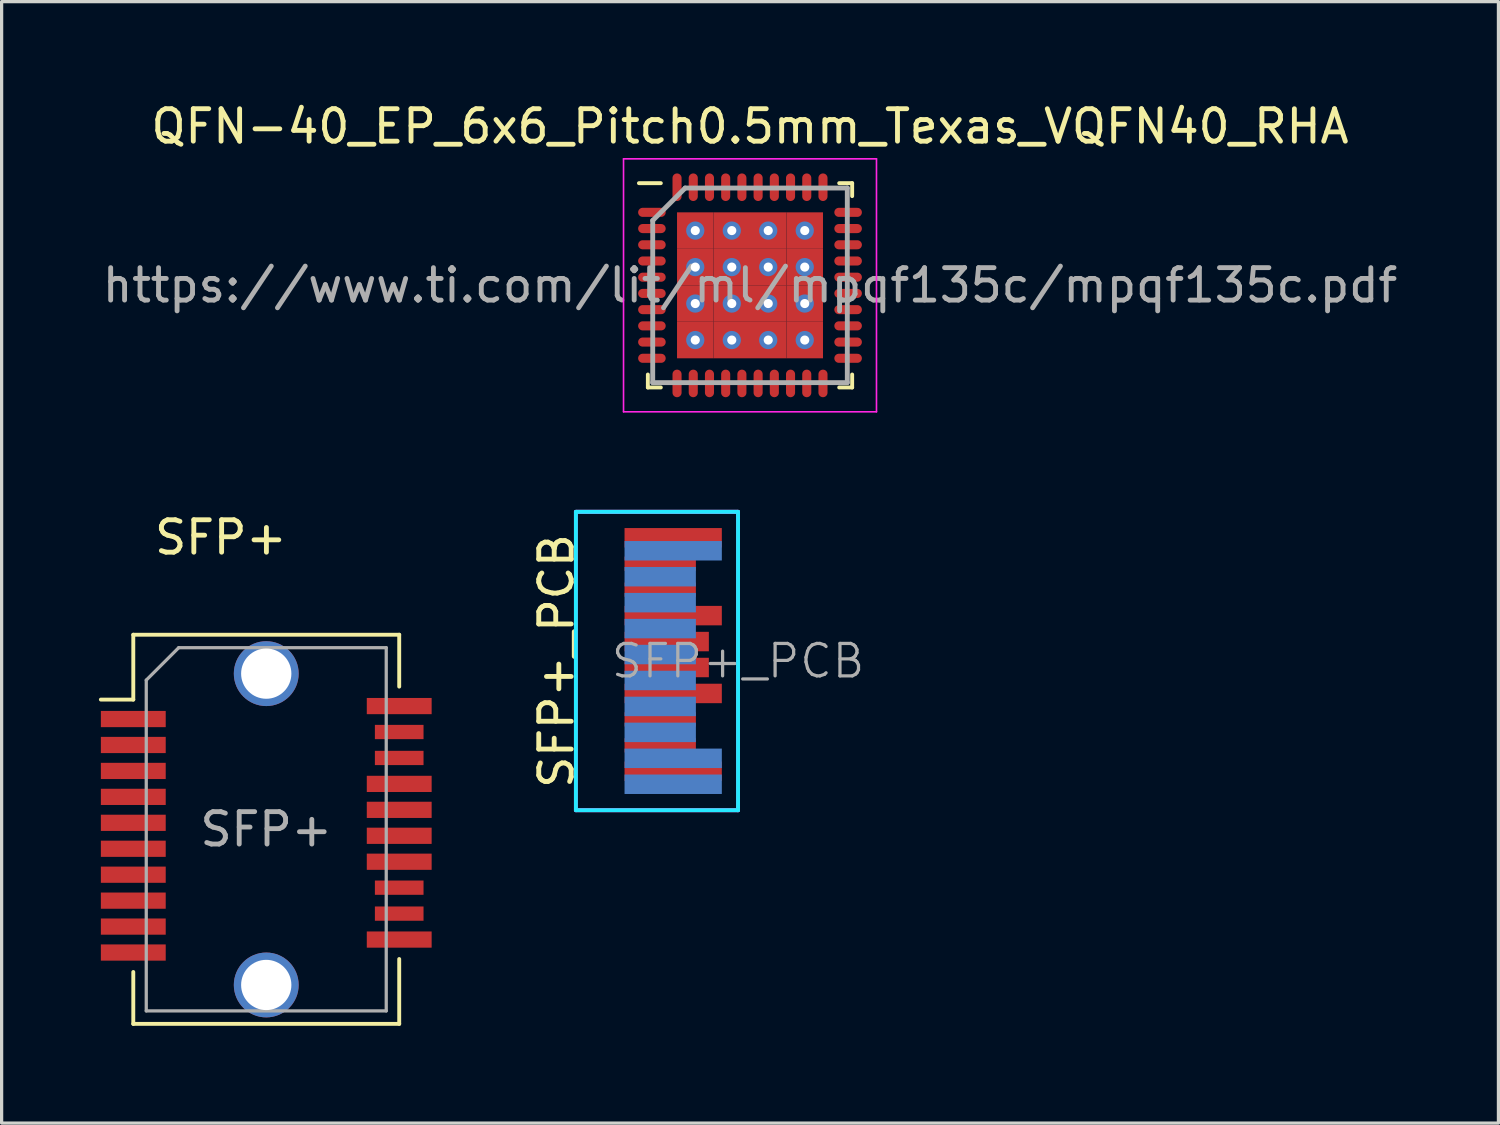
<source format=kicad_pcb>
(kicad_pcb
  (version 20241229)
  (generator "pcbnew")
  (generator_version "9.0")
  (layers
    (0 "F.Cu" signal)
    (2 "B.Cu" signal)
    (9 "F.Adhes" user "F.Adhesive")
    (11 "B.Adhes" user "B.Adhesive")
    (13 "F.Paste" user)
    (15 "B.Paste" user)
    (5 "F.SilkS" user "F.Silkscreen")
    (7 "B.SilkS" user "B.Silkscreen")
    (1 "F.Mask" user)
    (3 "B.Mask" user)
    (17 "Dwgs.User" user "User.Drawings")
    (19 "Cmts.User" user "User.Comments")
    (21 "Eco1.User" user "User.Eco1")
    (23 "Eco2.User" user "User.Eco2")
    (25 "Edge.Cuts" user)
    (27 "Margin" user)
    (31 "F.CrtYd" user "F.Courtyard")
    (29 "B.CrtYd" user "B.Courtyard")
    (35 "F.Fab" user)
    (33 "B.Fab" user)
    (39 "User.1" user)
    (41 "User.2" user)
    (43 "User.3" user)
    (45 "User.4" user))
  (footprint "SFP+"
    (layer "F.Cu")
    (at 5.16 22.322)
    (property "Reference" "SFP+" (at -1.4 -8.8 0) (layer "F.SilkS") (effects (font (size 1 1) (thickness 0.15))))
    (attr smd)
    (fp_line (start -4.1 -5.8) (end -4.1 -3.8) (stroke (width 0.12) (type solid)) (layer "F.SilkS"))
    (fp_line (start -4.1 -3.8) (end -5.1 -3.8) (stroke (width 0.12) (type solid)) (layer "F.SilkS"))
    (fp_line (start -4.1 4.6) (end -4.1 6.2) (stroke (width 0.12) (type solid)) (layer "F.SilkS"))
    (fp_line (start 4.1 -5.8) (end -4.1 -5.8) (stroke (width 0.12) (type solid)) (layer "F.SilkS"))
    (fp_line (start 4.1 -4.2) (end 4.1 -5.8) (stroke (width 0.12) (type solid)) (layer "F.SilkS"))
    (fp_line (start 4.1 4.2) (end 4.1 6.2) (stroke (width 0.12) (type solid)) (layer "F.SilkS"))
    (fp_line (start 4.1 6.2) (end -4.1 6.2) (stroke (width 0.12) (type solid)) (layer "F.SilkS"))
    (fp_line (start -3.7 -4.4) (end -3.7 5.8) (stroke (width 0.1) (type solid)) (layer "F.Fab"))
    (fp_line (start -3.7 -4.4) (end -2.7 -5.4) (stroke (width 0.1) (type solid)) (layer "F.Fab"))
    (fp_line (start 3.7 -5.4) (end -2.7 -5.4) (stroke (width 0.1) (type solid)) (layer "F.Fab"))
    (fp_line (start 3.7 -5.4) (end 3.7 5.8) (stroke (width 0.1) (type solid)) (layer "F.Fab"))
    (fp_line (start 3.7 5.8) (end -3.7 5.8) (stroke (width 0.1) (type solid)) (layer "F.Fab"))
    (fp_text user "${REFERENCE}" (at 0 0.2 0) (layer "F.Fab") (effects (font (size 1 1) (thickness 0.15))))
    (pad "" np_thru_hole circle (at 0 -4.6) (size 2 2) (drill 1.55) (layers "*.Cu" "*.Mask"))
    (pad "" np_thru_hole circle (at 0 5) (size 2 2) (drill 1.55) (layers "*.Cu" "*.Mask"))
    (pad "1" smd rect (at -4.1 -3.2) (size 2 0.5) (layers "F.Cu" "F.Mask" "F.Paste"))
    (pad "2" smd rect (at -4.1 -2.4) (size 2 0.5) (layers "F.Cu" "F.Mask" "F.Paste"))
    (pad "3" smd rect (at -4.1 -1.6) (size 2 0.5) (layers "F.Cu" "F.Mask" "F.Paste"))
    (pad "4" smd rect (at -4.1 -0.8) (size 2 0.5) (layers "F.Cu" "F.Mask" "F.Paste"))
    (pad "5" smd rect (at -4.1 0) (size 2 0.5) (layers "F.Cu" "F.Mask" "F.Paste"))
    (pad "6" smd rect (at -4.1 0.8) (size 2 0.5) (layers "F.Cu" "F.Mask" "F.Paste"))
    (pad "7" smd rect (at -4.1 1.6) (size 2 0.5) (layers "F.Cu" "F.Mask" "F.Paste"))
    (pad "8" smd rect (at -4.1 2.4) (size 2 0.5) (layers "F.Cu" "F.Mask" "F.Paste"))
    (pad "9" smd rect (at -4.1 3.2) (size 2 0.5) (layers "F.Cu" "F.Mask" "F.Paste"))
    (pad "10" smd rect (at -4.1 4) (size 2 0.5) (layers "F.Cu" "F.Mask" "F.Paste"))
    (pad "11" smd rect (at 4.1 3.6) (size 2 0.5) (layers "F.Cu" "F.Mask" "F.Paste"))
    (pad "12" smd rect (at 4.1 2.8) (size 1.5 0.44) (layers "F.Cu" "F.Mask" "F.Paste"))
    (pad "13" smd rect (at 4.1 2) (size 1.5 0.44) (layers "F.Cu" "F.Mask" "F.Paste"))
    (pad "14" smd rect (at 4.1 1.2) (size 2 0.5) (layers "F.Cu" "F.Mask" "F.Paste"))
    (pad "15" smd rect (at 4.1 0.4) (size 2 0.5) (layers "F.Cu" "F.Mask" "F.Paste"))
    (pad "16" smd rect (at 4.1 -0.4) (size 2 0.5) (layers "F.Cu" "F.Mask" "F.Paste"))
    (pad "17" smd rect (at 4.1 -1.2) (size 2 0.5) (layers "F.Cu" "F.Mask" "F.Paste"))
    (pad "18" smd rect (at 4.1 -2) (size 1.5 0.44) (layers "F.Cu" "F.Mask" "F.Paste"))
    (pad "19" smd rect (at 4.1 -2.8) (size 1.5 0.44) (layers "F.Cu" "F.Mask" "F.Paste"))
    (pad "20" smd rect (at 4.1 -3.6) (size 2 0.5) (layers "F.Cu" "F.Mask" "F.Paste")))
  (footprint "SFP+_PCB"
    (layer "F.Cu")
    (at 19.708 17.333)
    (property "Reference" "SFP+_PCB" (at -5.6 0 90) (unlocked yes) (layer "F.SilkS") (effects (font (size 1 1) (thickness 0.15))))
    (attr through_hole)
    (fp_poly (pts (xy 0 4.6) (xy -4 4.6) (xy -4 -4.6) (xy 0 -4.6)) (stroke (width 0.1) (type solid)) (fill yes) (layer "F.Mask"))
    (fp_poly (pts (xy 0 -4.6) (xy -4 -4.6) (xy -4 4.6) (xy 0 4.6)) (stroke (width 0.1) (type solid)) (fill yes) (layer "B.Mask"))
    (fp_line (start -5 -4.6) (end 0 -4.6) (stroke (width 0.12) (type solid)) (layer "B.CrtYd"))
    (fp_line (start -5 4.6) (end -5 -4.6) (stroke (width 0.12) (type solid)) (layer "B.CrtYd"))
    (fp_line (start 0 -4.6) (end 0 4.6) (stroke (width 0.12) (type solid)) (layer "B.CrtYd"))
    (fp_line (start 0 4.6) (end -5 4.6) (stroke (width 0.12) (type solid)) (layer "B.CrtYd"))
    (fp_line (start -5 -4.6) (end 0 -4.6) (stroke (width 0.12) (type solid)) (layer "F.CrtYd"))
    (fp_line (start -5 4.6) (end -5 -4.6) (stroke (width 0.12) (type solid)) (layer "F.CrtYd"))
    (fp_line (start 0 -4.6) (end 0 4.6) (stroke (width 0.12) (type solid)) (layer "F.CrtYd"))
    (fp_line (start 0 4.6) (end -5 4.6) (stroke (width 0.12) (type solid)) (layer "F.CrtYd"))
    (fp_line (start 0 -4.6) (end -5 -4.6) (stroke (width 0.12) (type solid)) (layer "F.Fab"))
    (fp_line (start 0 -4.6) (end 0 4.6) (stroke (width 0.12) (type solid)) (layer "F.Fab"))
    (fp_line (start 0 4.6) (end -5 4.6) (stroke (width 0.12) (type solid)) (layer "F.Fab"))
    (fp_text user "${REFERENCE}" (at 0 0 0) (layer "F.Fab") (effects (font (size 1 1) (thickness 0.1))))
    (pad "1" smd rect (at -2 -3.4) (size 3 0.6) (layers "B.Cu" "B.Mask"))
    (pad "2" smd rect (at -2.4 -2.6) (size 2.2 0.6) (layers "B.Cu" "B.Mask"))
    (pad "3" smd rect (at -2.4 -1.8) (size 2.2 0.6) (layers "B.Cu" "B.Mask"))
    (pad "4" smd rect (at -2.4 -1) (size 2.2 0.6) (layers "B.Cu" "B.Mask"))
    (pad "5" smd rect (at -2.4 -0.2) (size 2.2 0.6) (layers "B.Cu" "B.Mask"))
    (pad "6" smd rect (at -2.4 0.6) (size 2.2 0.6) (layers "B.Cu" "B.Mask"))
    (pad "7" smd rect (at -2.4 1.4) (size 2.2 0.6) (layers "B.Cu" "B.Mask"))
    (pad "8" smd rect (at -2.4 2.2) (size 2.2 0.6) (layers "B.Cu" "B.Mask"))
    (pad "9" smd rect (at -2 3) (size 3 0.6) (layers "B.Cu" "B.Mask"))
    (pad "10" smd rect (at -2 3.8) (size 3 0.6) (layers "B.Cu" "B.Mask"))
    (pad "11" smd rect (at -2 3.4) (size 3 0.6) (layers "F.Cu" "F.Mask"))
    (pad "12" smd rect (at -2.4 2.6) (size 2.2 0.44) (layers "F.Cu" "F.Mask"))
    (pad "13" smd rect (at -2.4 1.8) (size 2.2 0.44) (layers "F.Cu" "F.Mask"))
    (pad "14" smd rect (at -2 1) (size 3 0.6) (layers "F.Cu" "F.Mask"))
    (pad "15" smd rect (at -2.2 0.2) (size 2.6 0.6) (layers "F.Cu" "F.Mask"))
    (pad "16" smd rect (at -2.2 -0.6) (size 2.6 0.6) (layers "F.Cu" "F.Mask"))
    (pad "17" smd rect (at -2 -1.4) (size 3 0.6) (layers "F.Cu" "F.Mask"))
    (pad "18" smd rect (at -2.4 -2.2) (size 2.2 0.44) (layers "F.Cu" "F.Mask"))
    (pad "19" smd rect (at -2.4 -3) (size 2.2 0.44) (layers "F.Cu" "F.Mask"))
    (pad "20" smd rect (at -2 -3.8) (size 3 0.6) (layers "F.Cu" "F.Mask")))
  (footprint "QFN-40_EP_6x6_Pitch0.5mm_Texas_VQFN40_RHA"
    (layer "F.Cu")
    (at 20.077 5.748)
    (property "Reference" "QFN-40_EP_6x6_Pitch0.5mm_Texas_VQFN40_RHA" (at 0 -4.9 0) (layer "F.SilkS") (effects (font (size 1 1) (thickness 0.15))))
    (attr smd)
    (fp_line (start -3.15 3.15) (end -3.15 2.75) (stroke (width 0.12) (type solid)) (layer "F.SilkS"))
    (fp_line (start -2.75 -3.15) (end -3.425 -3.15) (stroke (width 0.12) (type solid)) (layer "F.SilkS"))
    (fp_line (start -2.75 3.15) (end -3.15 3.15) (stroke (width 0.12) (type solid)) (layer "F.SilkS"))
    (fp_line (start 2.75 -3.15) (end 3.15 -3.15) (stroke (width 0.12) (type solid)) (layer "F.SilkS"))
    (fp_line (start 2.75 3.15) (end 3.15 3.15) (stroke (width 0.12) (type solid)) (layer "F.SilkS"))
    (fp_line (start 3.15 -3.15) (end 3.15 -2.75) (stroke (width 0.12) (type solid)) (layer "F.SilkS"))
    (fp_line (start 3.15 3.15) (end 3.15 2.75) (stroke (width 0.12) (type solid)) (layer "F.SilkS"))
    (fp_line (start -3.9 -3.9) (end 3.9 -3.9) (stroke (width 0.05) (type solid)) (layer "F.CrtYd"))
    (fp_line (start -3.9 3.9) (end -3.9 -3.9) (stroke (width 0.05) (type solid)) (layer "F.CrtYd"))
    (fp_line (start 3.9 -3.9) (end 3.9 3.9) (stroke (width 0.05) (type solid)) (layer "F.CrtYd"))
    (fp_line (start 3.9 3.9) (end -3.9 3.9) (stroke (width 0.05) (type solid)) (layer "F.CrtYd"))
    (fp_line (start -3 -2) (end -3 3) (stroke (width 0.15) (type solid)) (layer "F.Fab"))
    (fp_line (start -3 3) (end 3 3) (stroke (width 0.15) (type solid)) (layer "F.Fab"))
    (fp_line (start -2 -3) (end -3 -2) (stroke (width 0.15) (type solid)) (layer "F.Fab"))
    (fp_line (start 3 -3) (end -2 -3) (stroke (width 0.15) (type solid)) (layer "F.Fab"))
    (fp_line (start 3 3) (end 3 -3) (stroke (width 0.15) (type solid)) (layer "F.Fab"))
    (fp_text user "https://www.ti.com/lit/ml/mpqf135c/mpqf135c.pdf" (at 0 0 0) (layer "F.Fab") (effects (font (size 1 1) (thickness 0.15))))
    (pad "1" smd oval (at -3.025 -2.25 90) (size 0.28 0.85) (layers "F.Cu" "F.Mask" "F.Paste"))
    (pad "2" smd oval (at -3.025 -1.75 90) (size 0.28 0.85) (layers "F.Cu" "F.Mask" "F.Paste"))
    (pad "3" smd oval (at -3.025 -1.25 90) (size 0.28 0.85) (layers "F.Cu" "F.Mask" "F.Paste"))
    (pad "4" smd oval (at -3.025 -0.75 90) (size 0.28 0.85) (layers "F.Cu" "F.Mask" "F.Paste"))
    (pad "5" smd oval (at -3.025 -0.25 90) (size 0.28 0.85) (layers "F.Cu" "F.Mask" "F.Paste"))
    (pad "6" smd oval (at -3.025 0.25 90) (size 0.28 0.85) (layers "F.Cu" "F.Mask" "F.Paste"))
    (pad "7" smd oval (at -3.025 0.75 90) (size 0.28 0.85) (layers "F.Cu" "F.Mask" "F.Paste"))
    (pad "8" smd oval (at -3.025 1.25 90) (size 0.28 0.85) (layers "F.Cu" "F.Mask" "F.Paste"))
    (pad "9" smd oval (at -3.025 1.75 90) (size 0.28 0.85) (layers "F.Cu" "F.Mask" "F.Paste"))
    (pad "10" smd oval (at -3.025 2.25 90) (size 0.28 0.85) (layers "F.Cu" "F.Mask" "F.Paste"))
    (pad "11" smd oval (at -2.25 3.025) (size 0.28 0.85) (layers "F.Cu" "F.Mask" "F.Paste"))
    (pad "12" smd oval (at -1.75 3.025) (size 0.28 0.85) (layers "F.Cu" "F.Mask" "F.Paste"))
    (pad "13" smd oval (at -1.25 3.025) (size 0.28 0.85) (layers "F.Cu" "F.Mask" "F.Paste"))
    (pad "14" smd oval (at -0.75 3.025) (size 0.28 0.85) (layers "F.Cu" "F.Mask" "F.Paste"))
    (pad "15" smd oval (at -0.25 3.025) (size 0.28 0.85) (layers "F.Cu" "F.Mask" "F.Paste"))
    (pad "16" smd oval (at 0.25 3.025) (size 0.28 0.85) (layers "F.Cu" "F.Mask" "F.Paste"))
    (pad "17" smd oval (at 0.75 3.025) (size 0.28 0.85) (layers "F.Cu" "F.Mask" "F.Paste"))
    (pad "18" smd oval (at 1.25 3.025) (size 0.28 0.85) (layers "F.Cu" "F.Mask" "F.Paste"))
    (pad "19" smd oval (at 1.75 3.025) (size 0.28 0.85) (layers "F.Cu" "F.Mask" "F.Paste"))
    (pad "20" smd oval (at 2.25 3.025) (size 0.28 0.85) (layers "F.Cu" "F.Mask" "F.Paste"))
    (pad "21" smd oval (at 3.025 2.25 90) (size 0.28 0.85) (layers "F.Cu" "F.Mask" "F.Paste"))
    (pad "22" smd oval (at 3.025 1.75 90) (size 0.28 0.85) (layers "F.Cu" "F.Mask" "F.Paste"))
    (pad "23" smd oval (at 3.025 1.25 90) (size 0.28 0.85) (layers "F.Cu" "F.Mask" "F.Paste"))
    (pad "24" smd oval (at 3.025 0.75 90) (size 0.28 0.85) (layers "F.Cu" "F.Mask" "F.Paste"))
    (pad "25" smd oval (at 3.025 0.25 90) (size 0.28 0.85) (layers "F.Cu" "F.Mask" "F.Paste"))
    (pad "26" smd oval (at 3.025 -0.25 90) (size 0.28 0.85) (layers "F.Cu" "F.Mask" "F.Paste"))
    (pad "27" smd oval (at 3.025 -0.75 90) (size 0.28 0.85) (layers "F.Cu" "F.Mask" "F.Paste"))
    (pad "28" smd oval (at 3.025 -1.25 90) (size 0.28 0.85) (layers "F.Cu" "F.Mask" "F.Paste"))
    (pad "29" smd oval (at 3.025 -1.75 90) (size 0.28 0.85) (layers "F.Cu" "F.Mask" "F.Paste"))
    (pad "30" smd oval (at 3.025 -2.25 90) (size 0.28 0.85) (layers "F.Cu" "F.Mask" "F.Paste"))
    (pad "31" smd oval (at 2.25 -3.025) (size 0.28 0.85) (layers "F.Cu" "F.Mask" "F.Paste"))
    (pad "32" smd oval (at 1.75 -3.025) (size 0.28 0.85) (layers "F.Cu" "F.Mask" "F.Paste"))
    (pad "33" smd oval (at 1.25 -3.025) (size 0.28 0.85) (layers "F.Cu" "F.Mask" "F.Paste"))
    (pad "34" smd oval (at 0.75 -3.025) (size 0.28 0.85) (layers "F.Cu" "F.Mask" "F.Paste"))
    (pad "35" smd oval (at 0.25 -3.025) (size 0.28 0.85) (layers "F.Cu" "F.Mask" "F.Paste"))
    (pad "36" smd oval (at -0.25 -3.025) (size 0.28 0.85) (layers "F.Cu" "F.Mask" "F.Paste"))
    (pad "37" smd oval (at -0.75 -3.025) (size 0.28 0.85) (layers "F.Cu" "F.Mask" "F.Paste"))
    (pad "38" smd oval (at -1.25 -3.025) (size 0.28 0.85) (layers "F.Cu" "F.Mask" "F.Paste"))
    (pad "39" smd oval (at -1.75 -3.025) (size 0.28 0.85) (layers "F.Cu" "F.Mask" "F.Paste"))
    (pad "40" smd oval (at -2.25 -3.025) (size 0.28 0.85) (layers "F.Cu" "F.Mask" "F.Paste"))
    (pad "41" thru_hole circle (at -1.688 -1.688) (size 0.562 0.562) (drill 0.281) (layers "*.Cu" "*.Mask"))
    (pad "41" smd rect (at -1.688 -1.688) (size 1.125 1.125) (layers "F.Cu" "F.Mask" "F.Paste"))
    (pad "41" thru_hole circle (at -1.688 -0.562) (size 0.562 0.562) (drill 0.281) (layers "*.Cu" "*.Mask"))
    (pad "41" smd rect (at -1.688 -0.562) (size 1.125 1.125) (layers "F.Cu" "F.Mask" "F.Paste"))
    (pad "41" thru_hole circle (at -1.688 0.562) (size 0.562 0.562) (drill 0.281) (layers "*.Cu" "*.Mask"))
    (pad "41" smd rect (at -1.688 0.562) (size 1.125 1.125) (layers "F.Cu" "F.Mask" "F.Paste"))
    (pad "41" thru_hole circle (at -1.688 1.688) (size 0.562 0.562) (drill 0.281) (layers "*.Cu" "*.Mask"))
    (pad "41" smd rect (at -1.688 1.688) (size 1.125 1.125) (layers "F.Cu" "F.Mask" "F.Paste"))
    (pad "41" thru_hole circle (at -0.562 -1.688) (size 0.562 0.562) (drill 0.281) (layers "*.Cu" "*.Mask"))
    (pad "41" smd rect (at -0.562 -1.688) (size 1.125 1.125) (layers "F.Cu" "F.Mask" "F.Paste"))
    (pad "41" thru_hole circle (at -0.562 -0.562) (size 0.562 0.562) (drill 0.281) (layers "*.Cu" "*.Mask"))
    (pad "41" smd rect (at -0.562 -0.562) (size 1.125 1.125) (layers "F.Cu" "F.Mask" "F.Paste"))
    (pad "41" thru_hole circle (at -0.562 0.562) (size 0.562 0.562) (drill 0.281) (layers "*.Cu" "*.Mask"))
    (pad "41" smd rect (at -0.562 0.562) (size 1.125 1.125) (layers "F.Cu" "F.Mask" "F.Paste"))
    (pad "41" thru_hole circle (at -0.562 1.688) (size 0.562 0.562) (drill 0.281) (layers "*.Cu" "*.Mask"))
    (pad "41" smd rect (at -0.562 1.688) (size 1.125 1.125) (layers "F.Cu" "F.Mask" "F.Paste"))
    (pad "41" thru_hole circle (at 0.562 -1.688) (size 0.562 0.562) (drill 0.281) (layers "*.Cu" "*.Mask"))
    (pad "41" smd rect (at 0.562 -1.688) (size 1.125 1.125) (layers "F.Cu" "F.Mask" "F.Paste"))
    (pad "41" thru_hole circle (at 0.562 -0.562) (size 0.562 0.562) (drill 0.281) (layers "*.Cu" "*.Mask"))
    (pad "41" smd rect (at 0.562 -0.562) (size 1.125 1.125) (layers "F.Cu" "F.Mask" "F.Paste"))
    (pad "41" thru_hole circle (at 0.562 0.562) (size 0.562 0.562) (drill 0.281) (layers "*.Cu" "*.Mask"))
    (pad "41" smd rect (at 0.562 0.562) (size 1.125 1.125) (layers "F.Cu" "F.Mask" "F.Paste"))
    (pad "41" thru_hole circle (at 0.562 1.688) (size 0.562 0.562) (drill 0.281) (layers "*.Cu" "*.Mask"))
    (pad "41" smd rect (at 0.562 1.688) (size 1.125 1.125) (layers "F.Cu" "F.Mask" "F.Paste"))
    (pad "41" thru_hole circle (at 1.688 -1.688) (size 0.562 0.562) (drill 0.281) (layers "*.Cu" "*.Mask"))
    (pad "41" smd rect (at 1.688 -1.688) (size 1.125 1.125) (layers "F.Cu" "F.Mask" "F.Paste"))
    (pad "41" thru_hole circle (at 1.688 -0.562) (size 0.562 0.562) (drill 0.281) (layers "*.Cu" "*.Mask"))
    (pad "41" smd rect (at 1.688 -0.562) (size 1.125 1.125) (layers "F.Cu" "F.Mask" "F.Paste"))
    (pad "41" thru_hole circle (at 1.688 0.562) (size 0.562 0.562) (drill 0.281) (layers "*.Cu" "*.Mask"))
    (pad "41" smd rect (at 1.688 0.562) (size 1.125 1.125) (layers "F.Cu" "F.Mask" "F.Paste"))
    (pad "41" thru_hole circle (at 1.688 1.688) (size 0.562 0.562) (drill 0.281) (layers "*.Cu" "*.Mask"))
    (pad "41" smd rect (at 1.688 1.688) (size 1.125 1.125) (layers "F.Cu" "F.Mask" "F.Paste")))
  (gr_rect
    (start -3 -3)
    (end 43.155 31.581)
    (stroke (width 0.1) (type default))
    (fill no)
    (layer "Edge.Cuts")))
</source>
